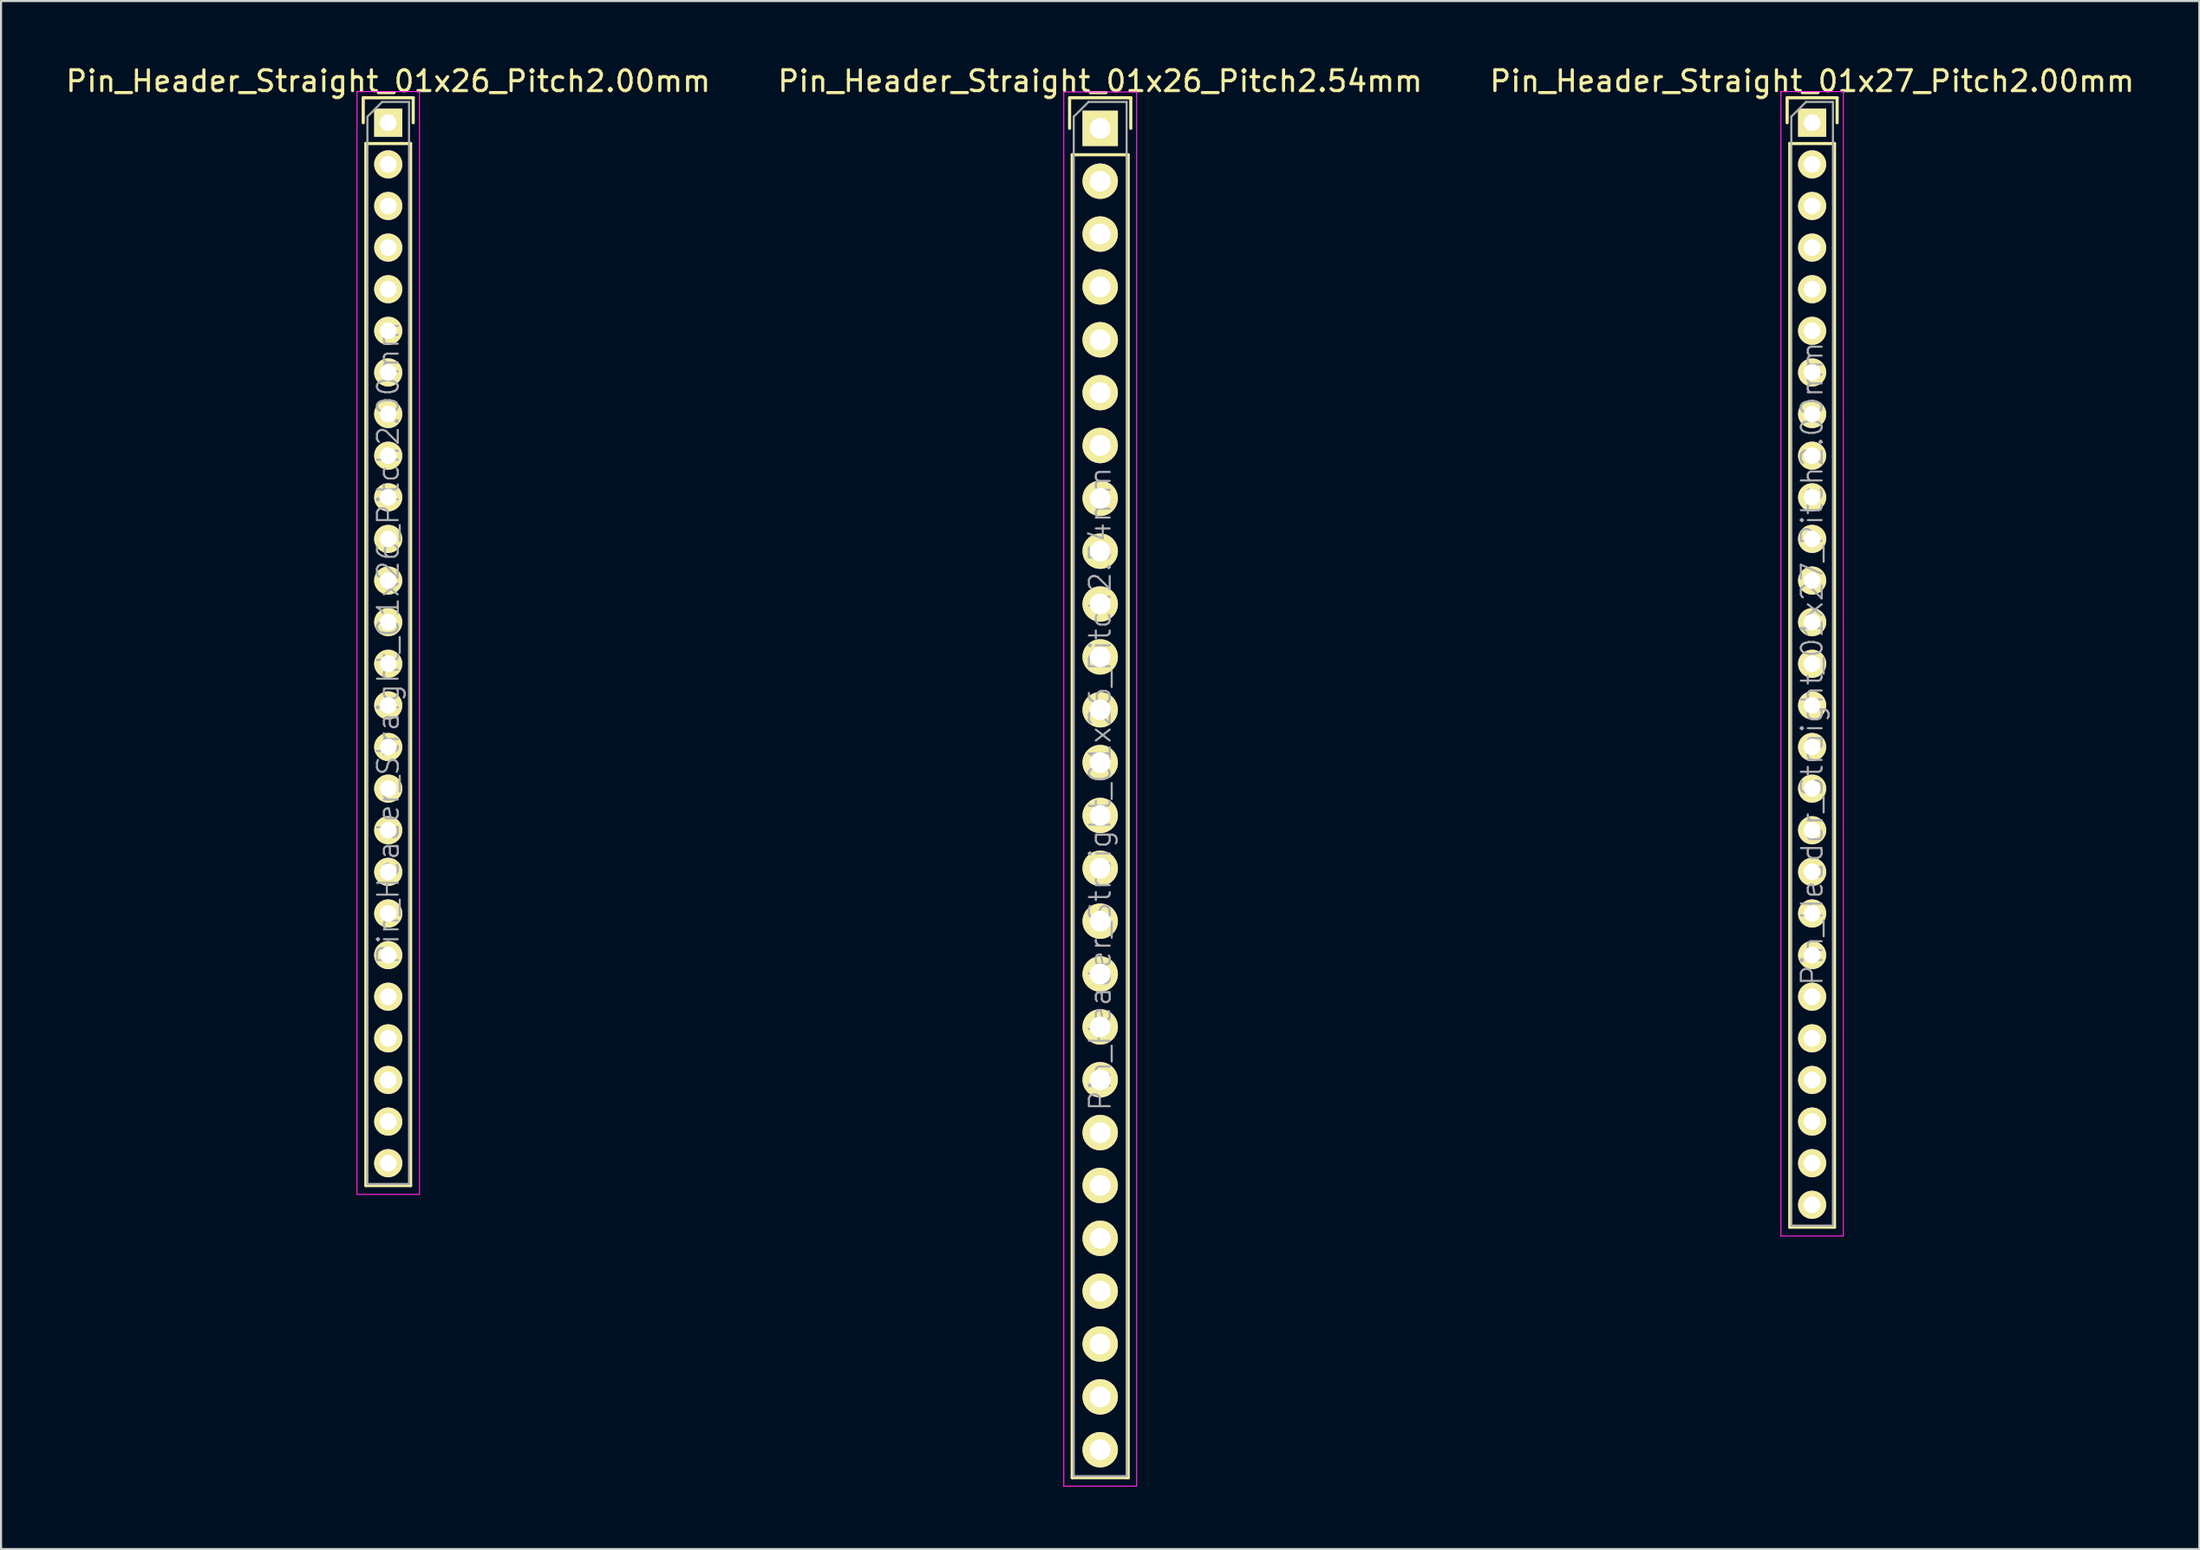
<source format=kicad_pcb>
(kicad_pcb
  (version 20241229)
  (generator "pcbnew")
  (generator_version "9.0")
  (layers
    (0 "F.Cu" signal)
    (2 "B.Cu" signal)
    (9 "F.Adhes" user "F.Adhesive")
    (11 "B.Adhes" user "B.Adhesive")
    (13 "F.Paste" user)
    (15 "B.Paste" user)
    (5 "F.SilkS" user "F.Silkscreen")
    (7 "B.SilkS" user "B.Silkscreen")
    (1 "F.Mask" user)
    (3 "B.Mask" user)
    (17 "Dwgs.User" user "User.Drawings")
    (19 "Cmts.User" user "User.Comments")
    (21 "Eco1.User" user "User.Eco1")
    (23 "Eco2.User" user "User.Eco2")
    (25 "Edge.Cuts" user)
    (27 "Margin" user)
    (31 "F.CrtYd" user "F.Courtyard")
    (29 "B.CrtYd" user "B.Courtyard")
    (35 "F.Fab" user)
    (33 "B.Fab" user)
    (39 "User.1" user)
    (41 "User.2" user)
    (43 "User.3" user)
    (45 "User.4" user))
  (footprint "Pin_Header_Straight_01x26_Pitch2.00mm"
    (layer "F.Cu")
    (at 15.601 2.848)
    (property "Reference" "Pin_Header_Straight_01x26_Pitch2.00mm" (at 0 -2 0) (layer "F.SilkS") (effects (font (size 1 1) (thickness 0.15))))
    (attr smd)
    (fp_line (start -1.2 -1.2) (end -1.2 0) (stroke (width 0.15) (type solid)) (layer "F.SilkS"))
    (fp_line (start -1.2 -1.2) (end 1.2 -1.2) (stroke (width 0.15) (type solid)) (layer "F.SilkS"))
    (fp_line (start -1.075 1) (end -1.075 51.075) (stroke (width 0.15) (type solid)) (layer "F.SilkS"))
    (fp_line (start -1.075 1) (end 1.075 1) (stroke (width 0.15) (type solid)) (layer "F.SilkS"))
    (fp_line (start -1.075 51.075) (end 1.075 51.075) (stroke (width 0.15) (type solid)) (layer "F.SilkS"))
    (fp_line (start 1.075 1) (end 1.075 51.075) (stroke (width 0.15) (type solid)) (layer "F.SilkS"))
    (fp_line (start 1.2 -1.2) (end 1.2 0) (stroke (width 0.15) (type solid)) (layer "F.SilkS"))
    (fp_line (start -1.5 -1.5) (end -1.5 51.5) (stroke (width 0.05) (type solid)) (layer "F.CrtYd"))
    (fp_line (start 1.5 -1.5) (end -1.5 -1.5) (stroke (width 0.05) (type solid)) (layer "F.CrtYd"))
    (fp_line (start 1.5 -1.5) (end 1.5 51.5) (stroke (width 0.05) (type solid)) (layer "F.CrtYd"))
    (fp_line (start 1.5 51.5) (end -1.5 51.5) (stroke (width 0.05) (type solid)) (layer "F.CrtYd"))
    (fp_line (start -1 -0.293) (end -0.293 -1) (stroke (width 0.1) (type solid)) (layer "F.Fab"))
    (fp_line (start -1 51) (end -1 -0.293) (stroke (width 0.1) (type solid)) (layer "F.Fab"))
    (fp_line (start 1 -1) (end -0.293 -1) (stroke (width 0.1) (type solid)) (layer "F.Fab"))
    (fp_line (start 1 51) (end -1 51) (stroke (width 0.1) (type solid)) (layer "F.Fab"))
    (fp_line (start 1 51) (end 1 -1) (stroke (width 0.1) (type solid)) (layer "F.Fab"))
    (fp_text user "${REFERENCE}" (at 0 25 90) (layer "F.Fab") (effects (font (size 1 1) (thickness 0.1))))
    (pad "1" thru_hole rect (at 0 0) (size 1.35 1.35) (drill 0.8) (layers "*.Cu" "*.Mask" "F.SilkS"))
    (pad "2" thru_hole oval (at 0 2) (size 1.35 1.35) (drill 0.8) (layers "*.Cu" "*.Mask" "F.SilkS"))
    (pad "3" thru_hole oval (at 0 4) (size 1.35 1.35) (drill 0.8) (layers "*.Cu" "*.Mask" "F.SilkS"))
    (pad "4" thru_hole oval (at 0 6) (size 1.35 1.35) (drill 0.8) (layers "*.Cu" "*.Mask" "F.SilkS"))
    (pad "5" thru_hole oval (at 0 8) (size 1.35 1.35) (drill 0.8) (layers "*.Cu" "*.Mask" "F.SilkS"))
    (pad "6" thru_hole oval (at 0 10) (size 1.35 1.35) (drill 0.8) (layers "*.Cu" "*.Mask" "F.SilkS"))
    (pad "7" thru_hole oval (at 0 12) (size 1.35 1.35) (drill 0.8) (layers "*.Cu" "*.Mask" "F.SilkS"))
    (pad "8" thru_hole oval (at 0 14) (size 1.35 1.35) (drill 0.8) (layers "*.Cu" "*.Mask" "F.SilkS"))
    (pad "9" thru_hole oval (at 0 16) (size 1.35 1.35) (drill 0.8) (layers "*.Cu" "*.Mask" "F.SilkS"))
    (pad "10" thru_hole oval (at 0 18) (size 1.35 1.35) (drill 0.8) (layers "*.Cu" "*.Mask" "F.SilkS"))
    (pad "11" thru_hole oval (at 0 20) (size 1.35 1.35) (drill 0.8) (layers "*.Cu" "*.Mask" "F.SilkS"))
    (pad "12" thru_hole oval (at 0 22) (size 1.35 1.35) (drill 0.8) (layers "*.Cu" "*.Mask" "F.SilkS"))
    (pad "13" thru_hole oval (at 0 24) (size 1.35 1.35) (drill 0.8) (layers "*.Cu" "*.Mask" "F.SilkS"))
    (pad "14" thru_hole oval (at 0 26) (size 1.35 1.35) (drill 0.8) (layers "*.Cu" "*.Mask" "F.SilkS"))
    (pad "15" thru_hole oval (at 0 28) (size 1.35 1.35) (drill 0.8) (layers "*.Cu" "*.Mask" "F.SilkS"))
    (pad "16" thru_hole oval (at 0 30) (size 1.35 1.35) (drill 0.8) (layers "*.Cu" "*.Mask" "F.SilkS"))
    (pad "17" thru_hole oval (at 0 32) (size 1.35 1.35) (drill 0.8) (layers "*.Cu" "*.Mask" "F.SilkS"))
    (pad "18" thru_hole oval (at 0 34) (size 1.35 1.35) (drill 0.8) (layers "*.Cu" "*.Mask" "F.SilkS"))
    (pad "19" thru_hole oval (at 0 36) (size 1.35 1.35) (drill 0.8) (layers "*.Cu" "*.Mask" "F.SilkS"))
    (pad "20" thru_hole oval (at 0 38) (size 1.35 1.35) (drill 0.8) (layers "*.Cu" "*.Mask" "F.SilkS"))
    (pad "21" thru_hole oval (at 0 40) (size 1.35 1.35) (drill 0.8) (layers "*.Cu" "*.Mask" "F.SilkS"))
    (pad "22" thru_hole oval (at 0 42) (size 1.35 1.35) (drill 0.8) (layers "*.Cu" "*.Mask" "F.SilkS"))
    (pad "23" thru_hole oval (at 0 44) (size 1.35 1.35) (drill 0.8) (layers "*.Cu" "*.Mask" "F.SilkS"))
    (pad "24" thru_hole oval (at 0 46) (size 1.35 1.35) (drill 0.8) (layers "*.Cu" "*.Mask" "F.SilkS"))
    (pad "25" thru_hole oval (at 0 48) (size 1.35 1.35) (drill 0.8) (layers "*.Cu" "*.Mask" "F.SilkS"))
    (pad "26" thru_hole oval (at 0 50) (size 1.35 1.35) (drill 0.8) (layers "*.Cu" "*.Mask" "F.SilkS")))
  (footprint "Pin_Header_Straight_01x26_Pitch2.54mm"
    (layer "F.Cu")
    (at 49.804 3.118)
    (property "Reference" "Pin_Header_Straight_01x26_Pitch2.54mm" (at 0 -2.27 0) (layer "F.SilkS") (effects (font (size 1 1) (thickness 0.15))))
    (attr smd)
    (fp_line (start -1.47 -1.47) (end -1.47 0) (stroke (width 0.15) (type solid)) (layer "F.SilkS"))
    (fp_line (start -1.47 -1.47) (end 1.47 -1.47) (stroke (width 0.15) (type solid)) (layer "F.SilkS"))
    (fp_line (start -1.345 1.27) (end -1.345 64.845) (stroke (width 0.15) (type solid)) (layer "F.SilkS"))
    (fp_line (start -1.345 1.27) (end 1.345 1.27) (stroke (width 0.15) (type solid)) (layer "F.SilkS"))
    (fp_line (start -1.345 64.845) (end 1.345 64.845) (stroke (width 0.15) (type solid)) (layer "F.SilkS"))
    (fp_line (start 1.345 1.27) (end 1.345 64.845) (stroke (width 0.15) (type solid)) (layer "F.SilkS"))
    (fp_line (start 1.47 -1.47) (end 1.47 0) (stroke (width 0.15) (type solid)) (layer "F.SilkS"))
    (fp_line (start -1.75 -1.75) (end -1.75 65.25) (stroke (width 0.05) (type solid)) (layer "F.CrtYd"))
    (fp_line (start 1.75 -1.75) (end -1.75 -1.75) (stroke (width 0.05) (type solid)) (layer "F.CrtYd"))
    (fp_line (start 1.75 -1.75) (end 1.75 65.25) (stroke (width 0.05) (type solid)) (layer "F.CrtYd"))
    (fp_line (start 1.75 65.25) (end -1.75 65.25) (stroke (width 0.05) (type solid)) (layer "F.CrtYd"))
    (fp_line (start -1.27 -0.563) (end -0.563 -1.27) (stroke (width 0.1) (type solid)) (layer "F.Fab"))
    (fp_line (start -1.27 64.77) (end -1.27 -0.563) (stroke (width 0.1) (type solid)) (layer "F.Fab"))
    (fp_line (start 1.27 -1.27) (end -0.563 -1.27) (stroke (width 0.1) (type solid)) (layer "F.Fab"))
    (fp_line (start 1.27 64.77) (end -1.27 64.77) (stroke (width 0.1) (type solid)) (layer "F.Fab"))
    (fp_line (start 1.27 64.77) (end 1.27 -1.27) (stroke (width 0.1) (type solid)) (layer "F.Fab"))
    (fp_text user "${REFERENCE}" (at 0 31.75 90) (layer "F.Fab") (effects (font (size 1 1) (thickness 0.1))))
    (pad "1" thru_hole rect (at 0 0) (size 1.7 1.7) (drill 1) (layers "*.Cu" "*.Mask" "F.SilkS"))
    (pad "2" thru_hole oval (at 0 2.54) (size 1.7 1.7) (drill 1) (layers "*.Cu" "*.Mask" "F.SilkS"))
    (pad "3" thru_hole oval (at 0 5.08) (size 1.7 1.7) (drill 1) (layers "*.Cu" "*.Mask" "F.SilkS"))
    (pad "4" thru_hole oval (at 0 7.62) (size 1.7 1.7) (drill 1) (layers "*.Cu" "*.Mask" "F.SilkS"))
    (pad "5" thru_hole oval (at 0 10.16) (size 1.7 1.7) (drill 1) (layers "*.Cu" "*.Mask" "F.SilkS"))
    (pad "6" thru_hole oval (at 0 12.7) (size 1.7 1.7) (drill 1) (layers "*.Cu" "*.Mask" "F.SilkS"))
    (pad "7" thru_hole oval (at 0 15.24) (size 1.7 1.7) (drill 1) (layers "*.Cu" "*.Mask" "F.SilkS"))
    (pad "8" thru_hole oval (at 0 17.78) (size 1.7 1.7) (drill 1) (layers "*.Cu" "*.Mask" "F.SilkS"))
    (pad "9" thru_hole oval (at 0 20.32) (size 1.7 1.7) (drill 1) (layers "*.Cu" "*.Mask" "F.SilkS"))
    (pad "10" thru_hole oval (at 0 22.86) (size 1.7 1.7) (drill 1) (layers "*.Cu" "*.Mask" "F.SilkS"))
    (pad "11" thru_hole oval (at 0 25.4) (size 1.7 1.7) (drill 1) (layers "*.Cu" "*.Mask" "F.SilkS"))
    (pad "12" thru_hole oval (at 0 27.94) (size 1.7 1.7) (drill 1) (layers "*.Cu" "*.Mask" "F.SilkS"))
    (pad "13" thru_hole oval (at 0 30.48) (size 1.7 1.7) (drill 1) (layers "*.Cu" "*.Mask" "F.SilkS"))
    (pad "14" thru_hole oval (at 0 33.02) (size 1.7 1.7) (drill 1) (layers "*.Cu" "*.Mask" "F.SilkS"))
    (pad "15" thru_hole oval (at 0 35.56) (size 1.7 1.7) (drill 1) (layers "*.Cu" "*.Mask" "F.SilkS"))
    (pad "16" thru_hole oval (at 0 38.1) (size 1.7 1.7) (drill 1) (layers "*.Cu" "*.Mask" "F.SilkS"))
    (pad "17" thru_hole oval (at 0 40.64) (size 1.7 1.7) (drill 1) (layers "*.Cu" "*.Mask" "F.SilkS"))
    (pad "18" thru_hole oval (at 0 43.18) (size 1.7 1.7) (drill 1) (layers "*.Cu" "*.Mask" "F.SilkS"))
    (pad "19" thru_hole oval (at 0 45.72) (size 1.7 1.7) (drill 1) (layers "*.Cu" "*.Mask" "F.SilkS"))
    (pad "20" thru_hole oval (at 0 48.26) (size 1.7 1.7) (drill 1) (layers "*.Cu" "*.Mask" "F.SilkS"))
    (pad "21" thru_hole oval (at 0 50.8) (size 1.7 1.7) (drill 1) (layers "*.Cu" "*.Mask" "F.SilkS"))
    (pad "22" thru_hole oval (at 0 53.34) (size 1.7 1.7) (drill 1) (layers "*.Cu" "*.Mask" "F.SilkS"))
    (pad "23" thru_hole oval (at 0 55.88) (size 1.7 1.7) (drill 1) (layers "*.Cu" "*.Mask" "F.SilkS"))
    (pad "24" thru_hole oval (at 0 58.42) (size 1.7 1.7) (drill 1) (layers "*.Cu" "*.Mask" "F.SilkS"))
    (pad "25" thru_hole oval (at 0 60.96) (size 1.7 1.7) (drill 1) (layers "*.Cu" "*.Mask" "F.SilkS"))
    (pad "26" thru_hole oval (at 0 63.5) (size 1.7 1.7) (drill 1) (layers "*.Cu" "*.Mask" "F.SilkS")))
  (footprint "Pin_Header_Straight_01x27_Pitch2.00mm"
    (layer "F.Cu")
    (at 84.006 2.848)
    (property "Reference" "Pin_Header_Straight_01x27_Pitch2.00mm" (at 0 -2 0) (layer "F.SilkS") (effects (font (size 1 1) (thickness 0.15))))
    (attr smd)
    (fp_line (start -1.2 -1.2) (end -1.2 0) (stroke (width 0.15) (type solid)) (layer "F.SilkS"))
    (fp_line (start -1.2 -1.2) (end 1.2 -1.2) (stroke (width 0.15) (type solid)) (layer "F.SilkS"))
    (fp_line (start -1.075 1) (end -1.075 53.075) (stroke (width 0.15) (type solid)) (layer "F.SilkS"))
    (fp_line (start -1.075 1) (end 1.075 1) (stroke (width 0.15) (type solid)) (layer "F.SilkS"))
    (fp_line (start -1.075 53.075) (end 1.075 53.075) (stroke (width 0.15) (type solid)) (layer "F.SilkS"))
    (fp_line (start 1.075 1) (end 1.075 53.075) (stroke (width 0.15) (type solid)) (layer "F.SilkS"))
    (fp_line (start 1.2 -1.2) (end 1.2 0) (stroke (width 0.15) (type solid)) (layer "F.SilkS"))
    (fp_line (start -1.5 -1.5) (end -1.5 53.5) (stroke (width 0.05) (type solid)) (layer "F.CrtYd"))
    (fp_line (start 1.5 -1.5) (end -1.5 -1.5) (stroke (width 0.05) (type solid)) (layer "F.CrtYd"))
    (fp_line (start 1.5 -1.5) (end 1.5 53.5) (stroke (width 0.05) (type solid)) (layer "F.CrtYd"))
    (fp_line (start 1.5 53.5) (end -1.5 53.5) (stroke (width 0.05) (type solid)) (layer "F.CrtYd"))
    (fp_line (start -1 -0.293) (end -0.293 -1) (stroke (width 0.1) (type solid)) (layer "F.Fab"))
    (fp_line (start -1 53) (end -1 -0.293) (stroke (width 0.1) (type solid)) (layer "F.Fab"))
    (fp_line (start 1 -1) (end -0.293 -1) (stroke (width 0.1) (type solid)) (layer "F.Fab"))
    (fp_line (start 1 53) (end -1 53) (stroke (width 0.1) (type solid)) (layer "F.Fab"))
    (fp_line (start 1 53) (end 1 -1) (stroke (width 0.1) (type solid)) (layer "F.Fab"))
    (fp_text user "${REFERENCE}" (at 0 26 90) (layer "F.Fab") (effects (font (size 1 1) (thickness 0.1))))
    (pad "1" thru_hole rect (at 0 0) (size 1.35 1.35) (drill 0.8) (layers "*.Cu" "*.Mask" "F.SilkS"))
    (pad "2" thru_hole oval (at 0 2) (size 1.35 1.35) (drill 0.8) (layers "*.Cu" "*.Mask" "F.SilkS"))
    (pad "3" thru_hole oval (at 0 4) (size 1.35 1.35) (drill 0.8) (layers "*.Cu" "*.Mask" "F.SilkS"))
    (pad "4" thru_hole oval (at 0 6) (size 1.35 1.35) (drill 0.8) (layers "*.Cu" "*.Mask" "F.SilkS"))
    (pad "5" thru_hole oval (at 0 8) (size 1.35 1.35) (drill 0.8) (layers "*.Cu" "*.Mask" "F.SilkS"))
    (pad "6" thru_hole oval (at 0 10) (size 1.35 1.35) (drill 0.8) (layers "*.Cu" "*.Mask" "F.SilkS"))
    (pad "7" thru_hole oval (at 0 12) (size 1.35 1.35) (drill 0.8) (layers "*.Cu" "*.Mask" "F.SilkS"))
    (pad "8" thru_hole oval (at 0 14) (size 1.35 1.35) (drill 0.8) (layers "*.Cu" "*.Mask" "F.SilkS"))
    (pad "9" thru_hole oval (at 0 16) (size 1.35 1.35) (drill 0.8) (layers "*.Cu" "*.Mask" "F.SilkS"))
    (pad "10" thru_hole oval (at 0 18) (size 1.35 1.35) (drill 0.8) (layers "*.Cu" "*.Mask" "F.SilkS"))
    (pad "11" thru_hole oval (at 0 20) (size 1.35 1.35) (drill 0.8) (layers "*.Cu" "*.Mask" "F.SilkS"))
    (pad "12" thru_hole oval (at 0 22) (size 1.35 1.35) (drill 0.8) (layers "*.Cu" "*.Mask" "F.SilkS"))
    (pad "13" thru_hole oval (at 0 24) (size 1.35 1.35) (drill 0.8) (layers "*.Cu" "*.Mask" "F.SilkS"))
    (pad "14" thru_hole oval (at 0 26) (size 1.35 1.35) (drill 0.8) (layers "*.Cu" "*.Mask" "F.SilkS"))
    (pad "15" thru_hole oval (at 0 28) (size 1.35 1.35) (drill 0.8) (layers "*.Cu" "*.Mask" "F.SilkS"))
    (pad "16" thru_hole oval (at 0 30) (size 1.35 1.35) (drill 0.8) (layers "*.Cu" "*.Mask" "F.SilkS"))
    (pad "17" thru_hole oval (at 0 32) (size 1.35 1.35) (drill 0.8) (layers "*.Cu" "*.Mask" "F.SilkS"))
    (pad "18" thru_hole oval (at 0 34) (size 1.35 1.35) (drill 0.8) (layers "*.Cu" "*.Mask" "F.SilkS"))
    (pad "19" thru_hole oval (at 0 36) (size 1.35 1.35) (drill 0.8) (layers "*.Cu" "*.Mask" "F.SilkS"))
    (pad "20" thru_hole oval (at 0 38) (size 1.35 1.35) (drill 0.8) (layers "*.Cu" "*.Mask" "F.SilkS"))
    (pad "21" thru_hole oval (at 0 40) (size 1.35 1.35) (drill 0.8) (layers "*.Cu" "*.Mask" "F.SilkS"))
    (pad "22" thru_hole oval (at 0 42) (size 1.35 1.35) (drill 0.8) (layers "*.Cu" "*.Mask" "F.SilkS"))
    (pad "23" thru_hole oval (at 0 44) (size 1.35 1.35) (drill 0.8) (layers "*.Cu" "*.Mask" "F.SilkS"))
    (pad "24" thru_hole oval (at 0 46) (size 1.35 1.35) (drill 0.8) (layers "*.Cu" "*.Mask" "F.SilkS"))
    (pad "25" thru_hole oval (at 0 48) (size 1.35 1.35) (drill 0.8) (layers "*.Cu" "*.Mask" "F.SilkS"))
    (pad "26" thru_hole oval (at 0 50) (size 1.35 1.35) (drill 0.8) (layers "*.Cu" "*.Mask" "F.SilkS"))
    (pad "27" thru_hole oval (at 0 52) (size 1.35 1.35) (drill 0.8) (layers "*.Cu" "*.Mask" "F.SilkS")))
  (gr_rect
    (start -3 -3)
    (end 102.607 71.393)
    (stroke (width 0.1) (type default))
    (fill no)
    (layer "Edge.Cuts")))
</source>
